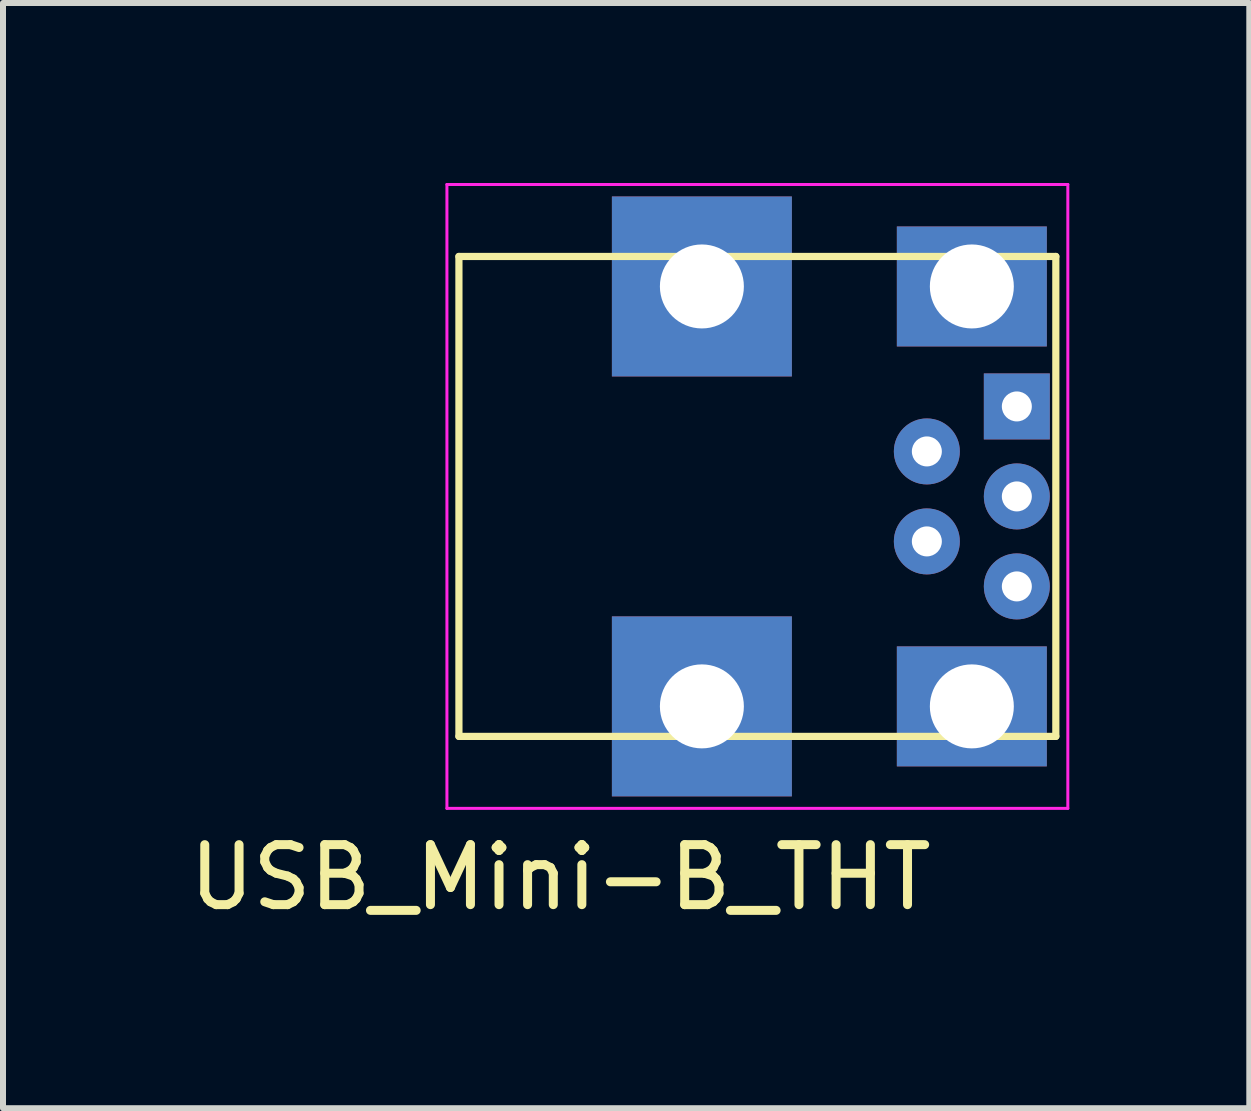
<source format=kicad_pcb>
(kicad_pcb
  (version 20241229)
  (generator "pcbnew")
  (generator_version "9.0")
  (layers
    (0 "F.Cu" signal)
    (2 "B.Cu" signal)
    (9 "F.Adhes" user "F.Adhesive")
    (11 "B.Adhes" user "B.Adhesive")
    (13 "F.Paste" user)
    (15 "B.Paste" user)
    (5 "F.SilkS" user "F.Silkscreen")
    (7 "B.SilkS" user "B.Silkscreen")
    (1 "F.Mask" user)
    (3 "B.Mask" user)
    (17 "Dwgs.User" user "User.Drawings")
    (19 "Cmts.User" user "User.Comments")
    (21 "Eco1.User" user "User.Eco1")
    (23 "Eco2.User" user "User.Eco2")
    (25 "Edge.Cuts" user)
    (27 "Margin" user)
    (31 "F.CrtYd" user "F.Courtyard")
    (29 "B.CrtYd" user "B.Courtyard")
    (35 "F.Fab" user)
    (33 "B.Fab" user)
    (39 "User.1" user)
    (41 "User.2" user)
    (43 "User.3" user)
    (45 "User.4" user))
  (footprint "USB_Mini-B_THT"
    (layer "F.Cu")
    (at 13.15 5.225)
    (property "Reference" "USB_Mini-B_THT" (at -6.858 6.35 0) (layer "F.SilkS") (effects (font (size 1 1) (thickness 0.15))))
    (attr smd)
    (fp_line (start -8.55 -4) (end -8.55 4) (stroke (width 0.12) (type solid)) (layer "F.SilkS"))
    (fp_line (start -8.55 4) (end 1.4 4) (stroke (width 0.12) (type solid)) (layer "F.SilkS"))
    (fp_line (start 1.4 -4) (end -8.55 -4) (stroke (width 0.12) (type solid)) (layer "F.SilkS"))
    (fp_line (start 1.4 4) (end 1.4 -4) (stroke (width 0.12) (type solid)) (layer "F.SilkS"))
    (fp_line (start -8.75 -5.2) (end -8.75 5.2) (stroke (width 0.05) (type solid)) (layer "F.CrtYd"))
    (fp_line (start -8.75 -5.2) (end 1.6 -5.2) (stroke (width 0.05) (type solid)) (layer "F.CrtYd"))
    (fp_line (start -8.75 5.2) (end 1.6 5.2) (stroke (width 0.05) (type solid)) (layer "F.CrtYd"))
    (fp_line (start 1.6 5.2) (end 1.6 -5.2) (stroke (width 0.05) (type solid)) (layer "F.CrtYd"))
    (pad "1" thru_hole rect (at 0.75 -1.5) (size 1.1 1.1) (drill 0.5) (layers "*.Cu" "*.Mask"))
    (pad "2" thru_hole circle (at -0.75 -0.75) (size 1.1 1.1) (drill 0.5) (layers "*.Cu" "*.Mask"))
    (pad "3" thru_hole circle (at 0.75 0) (size 1.1 1.1) (drill 0.5) (layers "*.Cu" "*.Mask"))
    (pad "4" thru_hole circle (at -0.75 0.75) (size 1.1 1.1) (drill 0.5) (layers "*.Cu" "*.Mask"))
    (pad "5" thru_hole circle (at 0.75 1.5) (size 1.1 1.1) (drill 0.5) (layers "*.Cu" "*.Mask"))
    (pad "6" thru_hole rect (at -4.5 -3.5) (size 3 3) (drill 1.4) (layers "*.Cu" "*.Mask"))
    (pad "6" thru_hole rect (at -4.5 3.5) (size 3 3) (drill 1.4) (layers "*.Cu" "*.Mask"))
    (pad "6" thru_hole rect (at 0 -3.5) (size 2.5 2) (drill 1.4) (layers "*.Cu" "*.Mask"))
    (pad "6" thru_hole rect (at 0 3.5) (size 2.5 2) (drill 1.4) (layers "*.Cu" "*.Mask")))
  (gr_rect
    (start -3 -3)
    (end 17.775 15.423)
    (stroke (width 0.1) (type default))
    (fill no)
    (layer "Edge.Cuts")))
</source>
